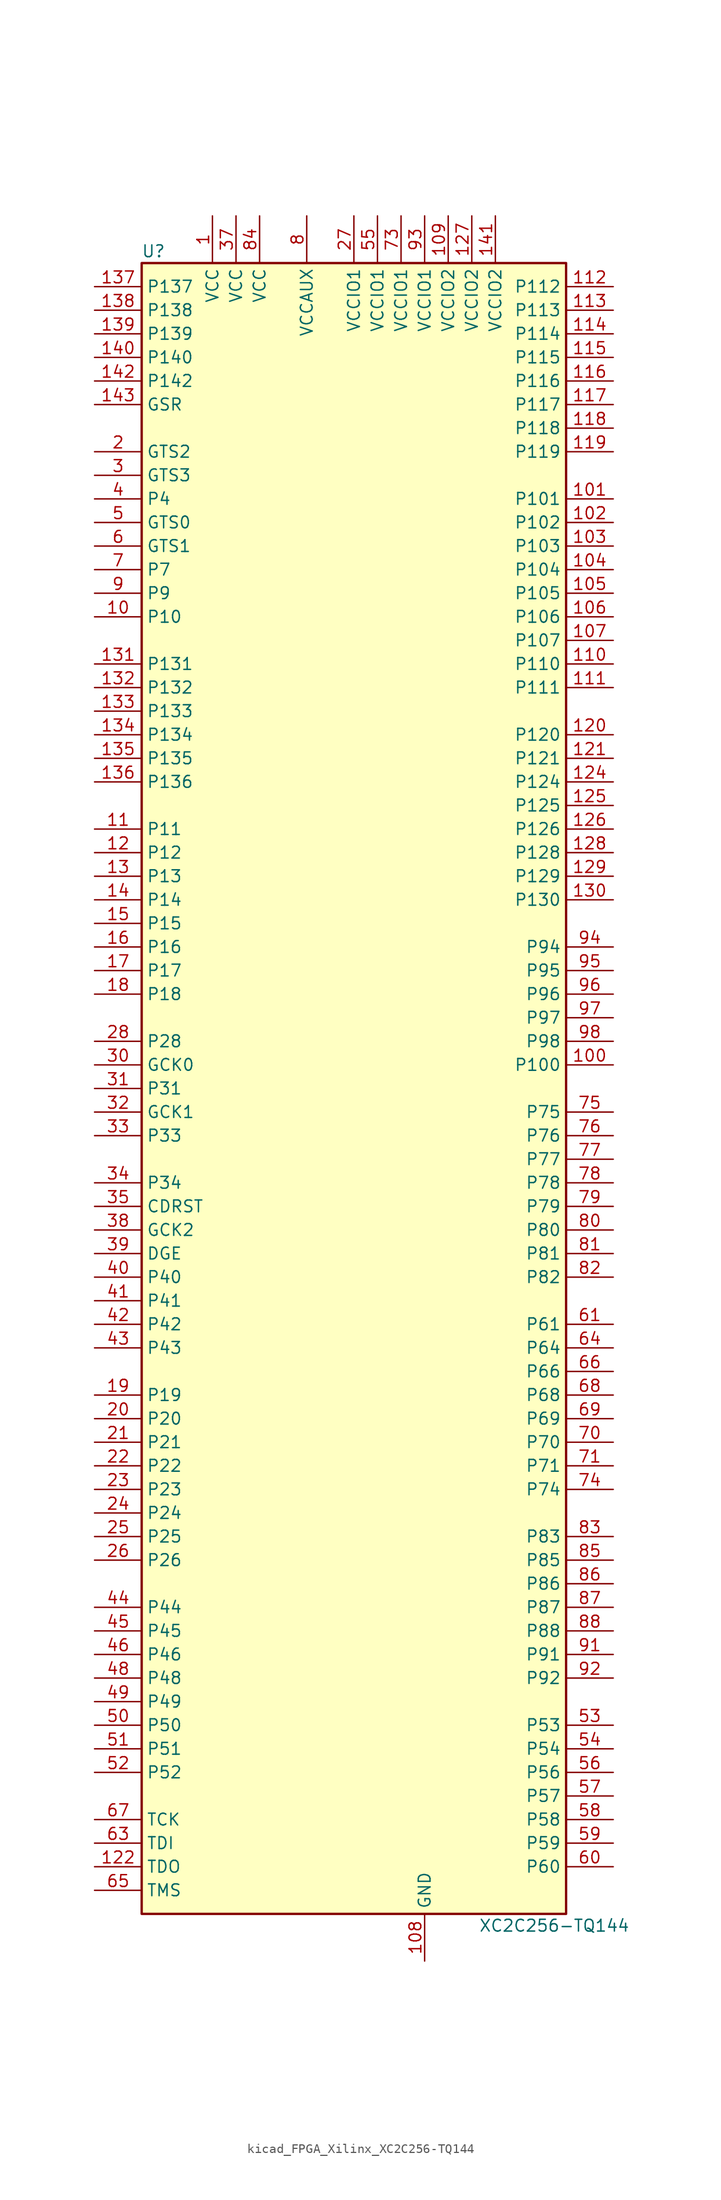
<source format=kicad_sym>
(kicad_symbol_lib
  (version 20220914)
  (generator kicad_symbol_editor)
  (symbol "kicad_FPGA_Xilinx_XC2C256-TQ144"
    (property "Reference" "U"
      (at -21.59 90.17 0)
      (effects (font (size 1.27 1.27))))
    (property "Value" "XC2C256-TQ144"
      (at 21.59 -90.17 0)
      (effects (font (size 1.27 1.27))))
    (symbol "kicad_FPGA_Xilinx_XC2C256-TQ144_0_1"
      (rectangle (start -22.86 -88.9) (end 22.86 88.9) (stroke (width 0.254) (type default)) (fill (type background))))
    (symbol "kicad_FPGA_Xilinx_XC2C256-TQ144_1_1"
      (pin power_in line (at -15.24 93.98 270) (length 5.08) (name "VCC" (effects (font (size 1.27 1.27)))) (number "1" (effects (font (size 1.27 1.27)))))
      (pin bidirectional line (at -27.94 50.8 0) (length 5.08) (name "P10" (effects (font (size 1.27 1.27)))) (number "10" (effects (font (size 1.27 1.27)))))
      (pin bidirectional line (at 27.94 2.54 180) (length 5.08) (name "P100" (effects (font (size 1.27 1.27)))) (number "100" (effects (font (size 1.27 1.27)))))
      (pin bidirectional line (at 27.94 63.5 180) (length 5.08) (name "P101" (effects (font (size 1.27 1.27)))) (number "101" (effects (font (size 1.27 1.27)))))
      (pin bidirectional line (at 27.94 60.96 180) (length 5.08) (name "P102" (effects (font (size 1.27 1.27)))) (number "102" (effects (font (size 1.27 1.27)))))
      (pin bidirectional line (at 27.94 58.42 180) (length 5.08) (name "P103" (effects (font (size 1.27 1.27)))) (number "103" (effects (font (size 1.27 1.27)))))
      (pin bidirectional line (at 27.94 55.88 180) (length 5.08) (name "P104" (effects (font (size 1.27 1.27)))) (number "104" (effects (font (size 1.27 1.27)))))
      (pin bidirectional line (at 27.94 53.34 180) (length 5.08) (name "P105" (effects (font (size 1.27 1.27)))) (number "105" (effects (font (size 1.27 1.27)))))
      (pin bidirectional line (at 27.94 50.8 180) (length 5.08) (name "P106" (effects (font (size 1.27 1.27)))) (number "106" (effects (font (size 1.27 1.27)))))
      (pin bidirectional line (at 27.94 48.26 180) (length 5.08) (name "P107" (effects (font (size 1.27 1.27)))) (number "107" (effects (font (size 1.27 1.27)))))
      (pin power_in line (at 7.62 -93.98 90) (length 5.08) (name "GND" (effects (font (size 1.27 1.27)))) (number "108" (effects (font (size 1.27 1.27)))))
      (pin power_in line (at 10.16 93.98 270) (length 5.08) (name "VCCIO2" (effects (font (size 1.27 1.27)))) (number "109" (effects (font (size 1.27 1.27)))))
      (pin bidirectional line (at -27.94 27.94 0) (length 5.08) (name "P11" (effects (font (size 1.27 1.27)))) (number "11" (effects (font (size 1.27 1.27)))))
      (pin bidirectional line (at 27.94 45.72 180) (length 5.08) (name "P110" (effects (font (size 1.27 1.27)))) (number "110" (effects (font (size 1.27 1.27)))))
      (pin bidirectional line (at 27.94 43.18 180) (length 5.08) (name "P111" (effects (font (size 1.27 1.27)))) (number "111" (effects (font (size 1.27 1.27)))))
      (pin bidirectional line (at 27.94 86.36 180) (length 5.08) (name "P112" (effects (font (size 1.27 1.27)))) (number "112" (effects (font (size 1.27 1.27)))))
      (pin bidirectional line (at 27.94 83.82 180) (length 5.08) (name "P113" (effects (font (size 1.27 1.27)))) (number "113" (effects (font (size 1.27 1.27)))))
      (pin bidirectional line (at 27.94 81.28 180) (length 5.08) (name "P114" (effects (font (size 1.27 1.27)))) (number "114" (effects (font (size 1.27 1.27)))))
      (pin bidirectional line (at 27.94 78.74 180) (length 5.08) (name "P115" (effects (font (size 1.27 1.27)))) (number "115" (effects (font (size 1.27 1.27)))))
      (pin bidirectional line (at 27.94 76.2 180) (length 5.08) (name "P116" (effects (font (size 1.27 1.27)))) (number "116" (effects (font (size 1.27 1.27)))))
      (pin bidirectional line (at 27.94 73.66 180) (length 5.08) (name "P117" (effects (font (size 1.27 1.27)))) (number "117" (effects (font (size 1.27 1.27)))))
      (pin bidirectional line (at 27.94 71.12 180) (length 5.08) (name "P118" (effects (font (size 1.27 1.27)))) (number "118" (effects (font (size 1.27 1.27)))))
      (pin bidirectional line (at 27.94 68.58 180) (length 5.08) (name "P119" (effects (font (size 1.27 1.27)))) (number "119" (effects (font (size 1.27 1.27)))))
      (pin bidirectional line (at -27.94 25.4 0) (length 5.08) (name "P12" (effects (font (size 1.27 1.27)))) (number "12" (effects (font (size 1.27 1.27)))))
      (pin bidirectional line (at 27.94 38.1 180) (length 5.08) (name "P120" (effects (font (size 1.27 1.27)))) (number "120" (effects (font (size 1.27 1.27)))))
      (pin bidirectional line (at 27.94 35.56 180) (length 5.08) (name "P121" (effects (font (size 1.27 1.27)))) (number "121" (effects (font (size 1.27 1.27)))))
      (pin bidirectional line (at -27.94 -83.82 0) (length 5.08) (name "TDO" (effects (font (size 1.27 1.27)))) (number "122" (effects (font (size 1.27 1.27)))))
      (pin passive line (at 7.62 -93.98 90) (length 5.08) hide (name "GND" (effects (font (size 1.27 1.27)))) (number "123" (effects (font (size 1.27 1.27)))))
      (pin bidirectional line (at 27.94 33.02 180) (length 5.08) (name "P124" (effects (font (size 1.27 1.27)))) (number "124" (effects (font (size 1.27 1.27)))))
      (pin bidirectional line (at 27.94 30.48 180) (length 5.08) (name "P125" (effects (font (size 1.27 1.27)))) (number "125" (effects (font (size 1.27 1.27)))))
      (pin bidirectional line (at 27.94 27.94 180) (length 5.08) (name "P126" (effects (font (size 1.27 1.27)))) (number "126" (effects (font (size 1.27 1.27)))))
      (pin power_in line (at 12.7 93.98 270) (length 5.08) (name "VCCIO2" (effects (font (size 1.27 1.27)))) (number "127" (effects (font (size 1.27 1.27)))))
      (pin bidirectional line (at 27.94 25.4 180) (length 5.08) (name "P128" (effects (font (size 1.27 1.27)))) (number "128" (effects (font (size 1.27 1.27)))))
      (pin bidirectional line (at 27.94 22.86 180) (length 5.08) (name "P129" (effects (font (size 1.27 1.27)))) (number "129" (effects (font (size 1.27 1.27)))))
      (pin bidirectional line (at -27.94 22.86 0) (length 5.08) (name "P13" (effects (font (size 1.27 1.27)))) (number "13" (effects (font (size 1.27 1.27)))))
      (pin bidirectional line (at 27.94 20.32 180) (length 5.08) (name "P130" (effects (font (size 1.27 1.27)))) (number "130" (effects (font (size 1.27 1.27)))))
      (pin bidirectional line (at -27.94 45.72 0) (length 5.08) (name "P131" (effects (font (size 1.27 1.27)))) (number "131" (effects (font (size 1.27 1.27)))))
      (pin bidirectional line (at -27.94 43.18 0) (length 5.08) (name "P132" (effects (font (size 1.27 1.27)))) (number "132" (effects (font (size 1.27 1.27)))))
      (pin bidirectional line (at -27.94 40.64 0) (length 5.08) (name "P133" (effects (font (size 1.27 1.27)))) (number "133" (effects (font (size 1.27 1.27)))))
      (pin bidirectional line (at -27.94 38.1 0) (length 5.08) (name "P134" (effects (font (size 1.27 1.27)))) (number "134" (effects (font (size 1.27 1.27)))))
      (pin bidirectional line (at -27.94 35.56 0) (length 5.08) (name "P135" (effects (font (size 1.27 1.27)))) (number "135" (effects (font (size 1.27 1.27)))))
      (pin bidirectional line (at -27.94 33.02 0) (length 5.08) (name "P136" (effects (font (size 1.27 1.27)))) (number "136" (effects (font (size 1.27 1.27)))))
      (pin bidirectional line (at -27.94 86.36 0) (length 5.08) (name "P137" (effects (font (size 1.27 1.27)))) (number "137" (effects (font (size 1.27 1.27)))))
      (pin bidirectional line (at -27.94 83.82 0) (length 5.08) (name "P138" (effects (font (size 1.27 1.27)))) (number "138" (effects (font (size 1.27 1.27)))))
      (pin bidirectional line (at -27.94 81.28 0) (length 5.08) (name "P139" (effects (font (size 1.27 1.27)))) (number "139" (effects (font (size 1.27 1.27)))))
      (pin bidirectional line (at -27.94 20.32 0) (length 5.08) (name "P14" (effects (font (size 1.27 1.27)))) (number "14" (effects (font (size 1.27 1.27)))))
      (pin bidirectional line (at -27.94 78.74 0) (length 5.08) (name "P140" (effects (font (size 1.27 1.27)))) (number "140" (effects (font (size 1.27 1.27)))))
      (pin power_in line (at 15.24 93.98 270) (length 5.08) (name "VCCIO2" (effects (font (size 1.27 1.27)))) (number "141" (effects (font (size 1.27 1.27)))))
      (pin bidirectional line (at -27.94 76.2 0) (length 5.08) (name "P142" (effects (font (size 1.27 1.27)))) (number "142" (effects (font (size 1.27 1.27)))))
      (pin bidirectional line (at -27.94 73.66 0) (length 5.08) (name "GSR" (effects (font (size 1.27 1.27)))) (number "143" (effects (font (size 1.27 1.27)))))
      (pin passive line (at 7.62 -93.98 90) (length 5.08) hide (name "GND" (effects (font (size 1.27 1.27)))) (number "144" (effects (font (size 1.27 1.27)))))
      (pin bidirectional line (at -27.94 17.78 0) (length 5.08) (name "P15" (effects (font (size 1.27 1.27)))) (number "15" (effects (font (size 1.27 1.27)))))
      (pin bidirectional line (at -27.94 15.24 0) (length 5.08) (name "P16" (effects (font (size 1.27 1.27)))) (number "16" (effects (font (size 1.27 1.27)))))
      (pin bidirectional line (at -27.94 12.7 0) (length 5.08) (name "P17" (effects (font (size 1.27 1.27)))) (number "17" (effects (font (size 1.27 1.27)))))
      (pin bidirectional line (at -27.94 10.16 0) (length 5.08) (name "P18" (effects (font (size 1.27 1.27)))) (number "18" (effects (font (size 1.27 1.27)))))
      (pin bidirectional line (at -27.94 -33.02 0) (length 5.08) (name "P19" (effects (font (size 1.27 1.27)))) (number "19" (effects (font (size 1.27 1.27)))))
      (pin bidirectional line (at -27.94 68.58 0) (length 5.08) (name "GTS2" (effects (font (size 1.27 1.27)))) (number "2" (effects (font (size 1.27 1.27)))))
      (pin bidirectional line (at -27.94 -35.56 0) (length 5.08) (name "P20" (effects (font (size 1.27 1.27)))) (number "20" (effects (font (size 1.27 1.27)))))
      (pin bidirectional line (at -27.94 -38.1 0) (length 5.08) (name "P21" (effects (font (size 1.27 1.27)))) (number "21" (effects (font (size 1.27 1.27)))))
      (pin bidirectional line (at -27.94 -40.64 0) (length 5.08) (name "P22" (effects (font (size 1.27 1.27)))) (number "22" (effects (font (size 1.27 1.27)))))
      (pin bidirectional line (at -27.94 -43.18 0) (length 5.08) (name "P23" (effects (font (size 1.27 1.27)))) (number "23" (effects (font (size 1.27 1.27)))))
      (pin bidirectional line (at -27.94 -45.72 0) (length 5.08) (name "P24" (effects (font (size 1.27 1.27)))) (number "24" (effects (font (size 1.27 1.27)))))
      (pin bidirectional line (at -27.94 -48.26 0) (length 5.08) (name "P25" (effects (font (size 1.27 1.27)))) (number "25" (effects (font (size 1.27 1.27)))))
      (pin bidirectional line (at -27.94 -50.8 0) (length 5.08) (name "P26" (effects (font (size 1.27 1.27)))) (number "26" (effects (font (size 1.27 1.27)))))
      (pin power_in line (at 0 93.98 270) (length 5.08) (name "VCCIO1" (effects (font (size 1.27 1.27)))) (number "27" (effects (font (size 1.27 1.27)))))
      (pin bidirectional line (at -27.94 5.08 0) (length 5.08) (name "P28" (effects (font (size 1.27 1.27)))) (number "28" (effects (font (size 1.27 1.27)))))
      (pin passive line (at 7.62 -93.98 90) (length 5.08) hide (name "GND" (effects (font (size 1.27 1.27)))) (number "29" (effects (font (size 1.27 1.27)))))
      (pin bidirectional line (at -27.94 66.04 0) (length 5.08) (name "GTS3" (effects (font (size 1.27 1.27)))) (number "3" (effects (font (size 1.27 1.27)))))
      (pin bidirectional line (at -27.94 2.54 0) (length 5.08) (name "GCK0" (effects (font (size 1.27 1.27)))) (number "30" (effects (font (size 1.27 1.27)))))
      (pin bidirectional line (at -27.94 0 0) (length 5.08) (name "P31" (effects (font (size 1.27 1.27)))) (number "31" (effects (font (size 1.27 1.27)))))
      (pin bidirectional line (at -27.94 -2.54 0) (length 5.08) (name "GCK1" (effects (font (size 1.27 1.27)))) (number "32" (effects (font (size 1.27 1.27)))))
      (pin bidirectional line (at -27.94 -5.08 0) (length 5.08) (name "P33" (effects (font (size 1.27 1.27)))) (number "33" (effects (font (size 1.27 1.27)))))
      (pin bidirectional line (at -27.94 -10.16 0) (length 5.08) (name "P34" (effects (font (size 1.27 1.27)))) (number "34" (effects (font (size 1.27 1.27)))))
      (pin bidirectional line (at -27.94 -12.7 0) (length 5.08) (name "CDRST" (effects (font (size 1.27 1.27)))) (number "35" (effects (font (size 1.27 1.27)))))
      (pin passive line (at 7.62 -93.98 90) (length 5.08) hide (name "GND" (effects (font (size 1.27 1.27)))) (number "36" (effects (font (size 1.27 1.27)))))
      (pin power_in line (at -12.7 93.98 270) (length 5.08) (name "VCC" (effects (font (size 1.27 1.27)))) (number "37" (effects (font (size 1.27 1.27)))))
      (pin bidirectional line (at -27.94 -15.24 0) (length 5.08) (name "GCK2" (effects (font (size 1.27 1.27)))) (number "38" (effects (font (size 1.27 1.27)))))
      (pin bidirectional line (at -27.94 -17.78 0) (length 5.08) (name "DGE" (effects (font (size 1.27 1.27)))) (number "39" (effects (font (size 1.27 1.27)))))
      (pin bidirectional line (at -27.94 63.5 0) (length 5.08) (name "P4" (effects (font (size 1.27 1.27)))) (number "4" (effects (font (size 1.27 1.27)))))
      (pin bidirectional line (at -27.94 -20.32 0) (length 5.08) (name "P40" (effects (font (size 1.27 1.27)))) (number "40" (effects (font (size 1.27 1.27)))))
      (pin bidirectional line (at -27.94 -22.86 0) (length 5.08) (name "P41" (effects (font (size 1.27 1.27)))) (number "41" (effects (font (size 1.27 1.27)))))
      (pin bidirectional line (at -27.94 -25.4 0) (length 5.08) (name "P42" (effects (font (size 1.27 1.27)))) (number "42" (effects (font (size 1.27 1.27)))))
      (pin bidirectional line (at -27.94 -27.94 0) (length 5.08) (name "P43" (effects (font (size 1.27 1.27)))) (number "43" (effects (font (size 1.27 1.27)))))
      (pin bidirectional line (at -27.94 -55.88 0) (length 5.08) (name "P44" (effects (font (size 1.27 1.27)))) (number "44" (effects (font (size 1.27 1.27)))))
      (pin bidirectional line (at -27.94 -58.42 0) (length 5.08) (name "P45" (effects (font (size 1.27 1.27)))) (number "45" (effects (font (size 1.27 1.27)))))
      (pin bidirectional line (at -27.94 -60.96 0) (length 5.08) (name "P46" (effects (font (size 1.27 1.27)))) (number "46" (effects (font (size 1.27 1.27)))))
      (pin passive line (at 7.62 -93.98 90) (length 5.08) hide (name "GND" (effects (font (size 1.27 1.27)))) (number "47" (effects (font (size 1.27 1.27)))))
      (pin bidirectional line (at -27.94 -63.5 0) (length 5.08) (name "P48" (effects (font (size 1.27 1.27)))) (number "48" (effects (font (size 1.27 1.27)))))
      (pin bidirectional line (at -27.94 -66.04 0) (length 5.08) (name "P49" (effects (font (size 1.27 1.27)))) (number "49" (effects (font (size 1.27 1.27)))))
      (pin bidirectional line (at -27.94 60.96 0) (length 5.08) (name "GTS0" (effects (font (size 1.27 1.27)))) (number "5" (effects (font (size 1.27 1.27)))))
      (pin bidirectional line (at -27.94 -68.58 0) (length 5.08) (name "P50" (effects (font (size 1.27 1.27)))) (number "50" (effects (font (size 1.27 1.27)))))
      (pin bidirectional line (at -27.94 -71.12 0) (length 5.08) (name "P51" (effects (font (size 1.27 1.27)))) (number "51" (effects (font (size 1.27 1.27)))))
      (pin bidirectional line (at -27.94 -73.66 0) (length 5.08) (name "P52" (effects (font (size 1.27 1.27)))) (number "52" (effects (font (size 1.27 1.27)))))
      (pin bidirectional line (at 27.94 -68.58 180) (length 5.08) (name "P53" (effects (font (size 1.27 1.27)))) (number "53" (effects (font (size 1.27 1.27)))))
      (pin bidirectional line (at 27.94 -71.12 180) (length 5.08) (name "P54" (effects (font (size 1.27 1.27)))) (number "54" (effects (font (size 1.27 1.27)))))
      (pin power_in line (at 2.54 93.98 270) (length 5.08) (name "VCCIO1" (effects (font (size 1.27 1.27)))) (number "55" (effects (font (size 1.27 1.27)))))
      (pin bidirectional line (at 27.94 -73.66 180) (length 5.08) (name "P56" (effects (font (size 1.27 1.27)))) (number "56" (effects (font (size 1.27 1.27)))))
      (pin bidirectional line (at 27.94 -76.2 180) (length 5.08) (name "P57" (effects (font (size 1.27 1.27)))) (number "57" (effects (font (size 1.27 1.27)))))
      (pin bidirectional line (at 27.94 -78.74 180) (length 5.08) (name "P58" (effects (font (size 1.27 1.27)))) (number "58" (effects (font (size 1.27 1.27)))))
      (pin bidirectional line (at 27.94 -81.28 180) (length 5.08) (name "P59" (effects (font (size 1.27 1.27)))) (number "59" (effects (font (size 1.27 1.27)))))
      (pin bidirectional line (at -27.94 58.42 0) (length 5.08) (name "GTS1" (effects (font (size 1.27 1.27)))) (number "6" (effects (font (size 1.27 1.27)))))
      (pin bidirectional line (at 27.94 -83.82 180) (length 5.08) (name "P60" (effects (font (size 1.27 1.27)))) (number "60" (effects (font (size 1.27 1.27)))))
      (pin bidirectional line (at 27.94 -25.4 180) (length 5.08) (name "P61" (effects (font (size 1.27 1.27)))) (number "61" (effects (font (size 1.27 1.27)))))
      (pin passive line (at 7.62 -93.98 90) (length 5.08) hide (name "GND" (effects (font (size 1.27 1.27)))) (number "62" (effects (font (size 1.27 1.27)))))
      (pin bidirectional line (at -27.94 -81.28 0) (length 5.08) (name "TDI" (effects (font (size 1.27 1.27)))) (number "63" (effects (font (size 1.27 1.27)))))
      (pin bidirectional line (at 27.94 -27.94 180) (length 5.08) (name "P64" (effects (font (size 1.27 1.27)))) (number "64" (effects (font (size 1.27 1.27)))))
      (pin bidirectional line (at -27.94 -86.36 0) (length 5.08) (name "TMS" (effects (font (size 1.27 1.27)))) (number "65" (effects (font (size 1.27 1.27)))))
      (pin bidirectional line (at 27.94 -30.48 180) (length 5.08) (name "P66" (effects (font (size 1.27 1.27)))) (number "66" (effects (font (size 1.27 1.27)))))
      (pin bidirectional line (at -27.94 -78.74 0) (length 5.08) (name "TCK" (effects (font (size 1.27 1.27)))) (number "67" (effects (font (size 1.27 1.27)))))
      (pin bidirectional line (at 27.94 -33.02 180) (length 5.08) (name "P68" (effects (font (size 1.27 1.27)))) (number "68" (effects (font (size 1.27 1.27)))))
      (pin bidirectional line (at 27.94 -35.56 180) (length 5.08) (name "P69" (effects (font (size 1.27 1.27)))) (number "69" (effects (font (size 1.27 1.27)))))
      (pin bidirectional line (at -27.94 55.88 0) (length 5.08) (name "P7" (effects (font (size 1.27 1.27)))) (number "7" (effects (font (size 1.27 1.27)))))
      (pin bidirectional line (at 27.94 -38.1 180) (length 5.08) (name "P70" (effects (font (size 1.27 1.27)))) (number "70" (effects (font (size 1.27 1.27)))))
      (pin bidirectional line (at 27.94 -40.64 180) (length 5.08) (name "P71" (effects (font (size 1.27 1.27)))) (number "71" (effects (font (size 1.27 1.27)))))
      (pin passive line (at 7.62 -93.98 90) (length 5.08) hide (name "GND" (effects (font (size 1.27 1.27)))) (number "72" (effects (font (size 1.27 1.27)))))
      (pin power_in line (at 5.08 93.98 270) (length 5.08) (name "VCCIO1" (effects (font (size 1.27 1.27)))) (number "73" (effects (font (size 1.27 1.27)))))
      (pin bidirectional line (at 27.94 -43.18 180) (length 5.08) (name "P74" (effects (font (size 1.27 1.27)))) (number "74" (effects (font (size 1.27 1.27)))))
      (pin bidirectional line (at 27.94 -2.54 180) (length 5.08) (name "P75" (effects (font (size 1.27 1.27)))) (number "75" (effects (font (size 1.27 1.27)))))
      (pin bidirectional line (at 27.94 -5.08 180) (length 5.08) (name "P76" (effects (font (size 1.27 1.27)))) (number "76" (effects (font (size 1.27 1.27)))))
      (pin bidirectional line (at 27.94 -7.62 180) (length 5.08) (name "P77" (effects (font (size 1.27 1.27)))) (number "77" (effects (font (size 1.27 1.27)))))
      (pin bidirectional line (at 27.94 -10.16 180) (length 5.08) (name "P78" (effects (font (size 1.27 1.27)))) (number "78" (effects (font (size 1.27 1.27)))))
      (pin bidirectional line (at 27.94 -12.7 180) (length 5.08) (name "P79" (effects (font (size 1.27 1.27)))) (number "79" (effects (font (size 1.27 1.27)))))
      (pin power_in line (at -5.08 93.98 270) (length 5.08) (name "VCCAUX" (effects (font (size 1.27 1.27)))) (number "8" (effects (font (size 1.27 1.27)))))
      (pin bidirectional line (at 27.94 -15.24 180) (length 5.08) (name "P80" (effects (font (size 1.27 1.27)))) (number "80" (effects (font (size 1.27 1.27)))))
      (pin bidirectional line (at 27.94 -17.78 180) (length 5.08) (name "P81" (effects (font (size 1.27 1.27)))) (number "81" (effects (font (size 1.27 1.27)))))
      (pin bidirectional line (at 27.94 -20.32 180) (length 5.08) (name "P82" (effects (font (size 1.27 1.27)))) (number "82" (effects (font (size 1.27 1.27)))))
      (pin bidirectional line (at 27.94 -48.26 180) (length 5.08) (name "P83" (effects (font (size 1.27 1.27)))) (number "83" (effects (font (size 1.27 1.27)))))
      (pin power_in line (at -10.16 93.98 270) (length 5.08) (name "VCC" (effects (font (size 1.27 1.27)))) (number "84" (effects (font (size 1.27 1.27)))))
      (pin bidirectional line (at 27.94 -50.8 180) (length 5.08) (name "P85" (effects (font (size 1.27 1.27)))) (number "85" (effects (font (size 1.27 1.27)))))
      (pin bidirectional line (at 27.94 -53.34 180) (length 5.08) (name "P86" (effects (font (size 1.27 1.27)))) (number "86" (effects (font (size 1.27 1.27)))))
      (pin bidirectional line (at 27.94 -55.88 180) (length 5.08) (name "P87" (effects (font (size 1.27 1.27)))) (number "87" (effects (font (size 1.27 1.27)))))
      (pin bidirectional line (at 27.94 -58.42 180) (length 5.08) (name "P88" (effects (font (size 1.27 1.27)))) (number "88" (effects (font (size 1.27 1.27)))))
      (pin passive line (at 7.62 -93.98 90) (length 5.08) hide (name "GND" (effects (font (size 1.27 1.27)))) (number "89" (effects (font (size 1.27 1.27)))))
      (pin bidirectional line (at -27.94 53.34 0) (length 5.08) (name "P9" (effects (font (size 1.27 1.27)))) (number "9" (effects (font (size 1.27 1.27)))))
      (pin passive line (at 7.62 -93.98 90) (length 5.08) hide (name "GND" (effects (font (size 1.27 1.27)))) (number "90" (effects (font (size 1.27 1.27)))))
      (pin bidirectional line (at 27.94 -60.96 180) (length 5.08) (name "P91" (effects (font (size 1.27 1.27)))) (number "91" (effects (font (size 1.27 1.27)))))
      (pin bidirectional line (at 27.94 -63.5 180) (length 5.08) (name "P92" (effects (font (size 1.27 1.27)))) (number "92" (effects (font (size 1.27 1.27)))))
      (pin power_in line (at 7.62 93.98 270) (length 5.08) (name "VCCIO1" (effects (font (size 1.27 1.27)))) (number "93" (effects (font (size 1.27 1.27)))))
      (pin bidirectional line (at 27.94 15.24 180) (length 5.08) (name "P94" (effects (font (size 1.27 1.27)))) (number "94" (effects (font (size 1.27 1.27)))))
      (pin bidirectional line (at 27.94 12.7 180) (length 5.08) (name "P95" (effects (font (size 1.27 1.27)))) (number "95" (effects (font (size 1.27 1.27)))))
      (pin bidirectional line (at 27.94 10.16 180) (length 5.08) (name "P96" (effects (font (size 1.27 1.27)))) (number "96" (effects (font (size 1.27 1.27)))))
      (pin bidirectional line (at 27.94 7.62 180) (length 5.08) (name "P97" (effects (font (size 1.27 1.27)))) (number "97" (effects (font (size 1.27 1.27)))))
      (pin bidirectional line (at 27.94 5.08 180) (length 5.08) (name "P98" (effects (font (size 1.27 1.27)))) (number "98" (effects (font (size 1.27 1.27)))))
      (pin passive line (at 7.62 -93.98 90) (length 5.08) hide (name "GND" (effects (font (size 1.27 1.27)))) (number "99" (effects (font (size 1.27 1.27))))))))
</source>
